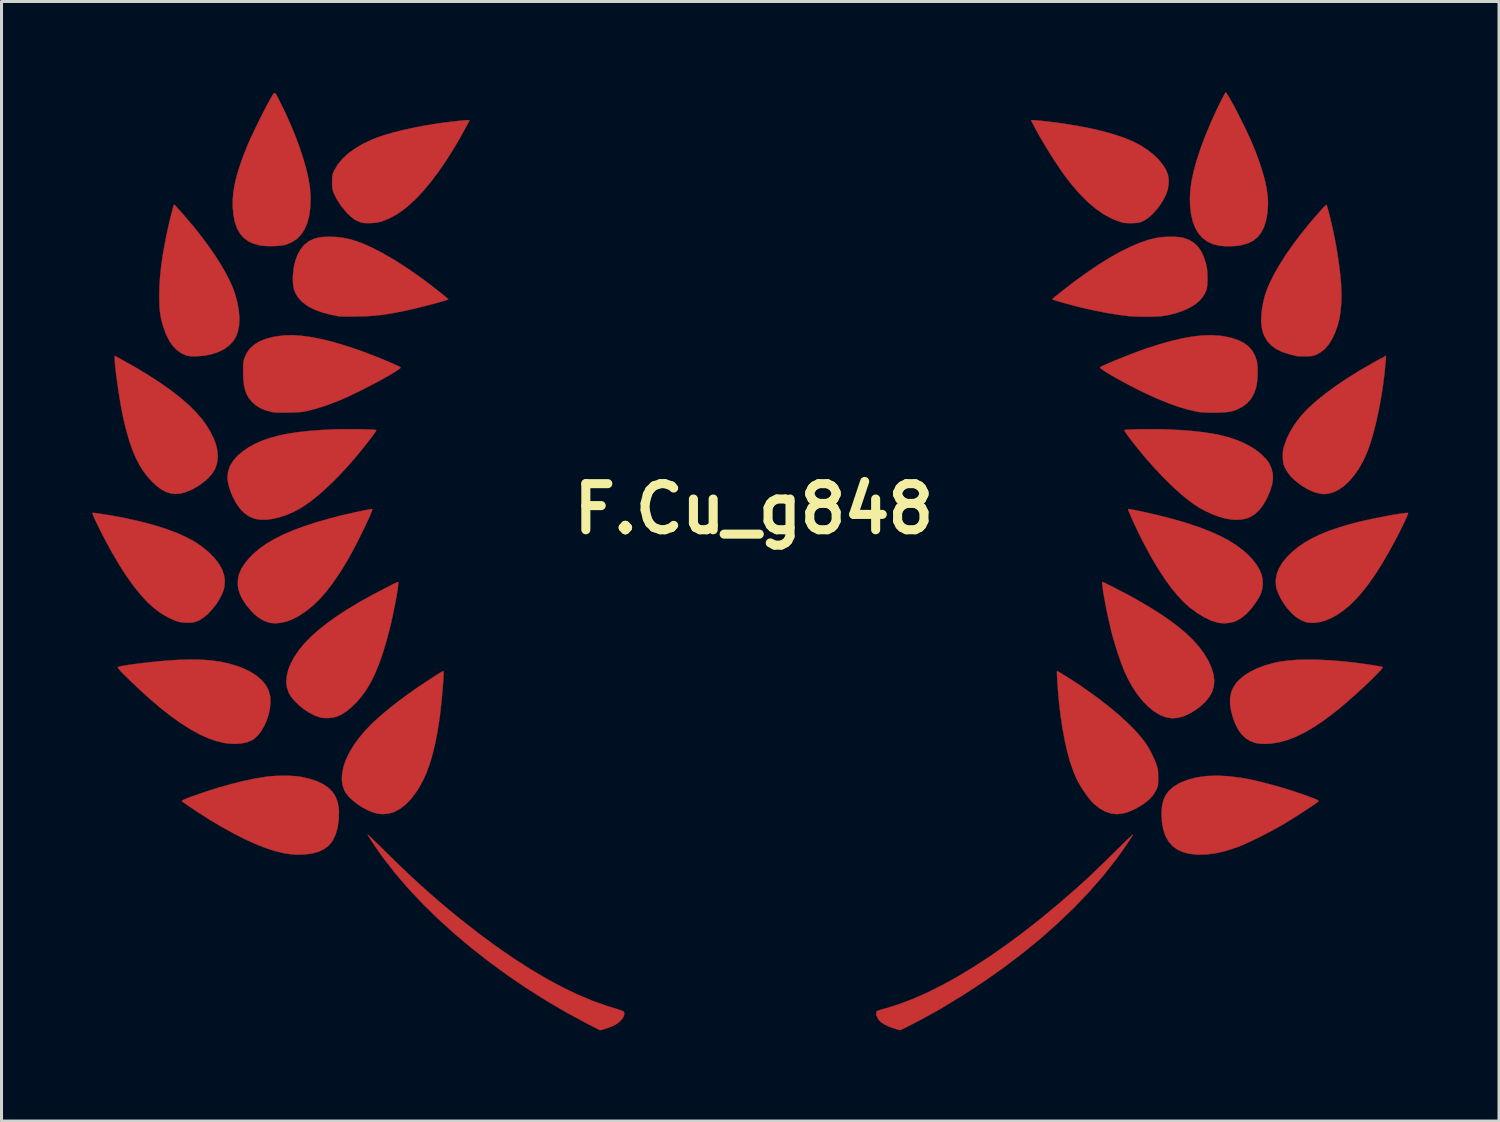
<source format=kicad_pcb>
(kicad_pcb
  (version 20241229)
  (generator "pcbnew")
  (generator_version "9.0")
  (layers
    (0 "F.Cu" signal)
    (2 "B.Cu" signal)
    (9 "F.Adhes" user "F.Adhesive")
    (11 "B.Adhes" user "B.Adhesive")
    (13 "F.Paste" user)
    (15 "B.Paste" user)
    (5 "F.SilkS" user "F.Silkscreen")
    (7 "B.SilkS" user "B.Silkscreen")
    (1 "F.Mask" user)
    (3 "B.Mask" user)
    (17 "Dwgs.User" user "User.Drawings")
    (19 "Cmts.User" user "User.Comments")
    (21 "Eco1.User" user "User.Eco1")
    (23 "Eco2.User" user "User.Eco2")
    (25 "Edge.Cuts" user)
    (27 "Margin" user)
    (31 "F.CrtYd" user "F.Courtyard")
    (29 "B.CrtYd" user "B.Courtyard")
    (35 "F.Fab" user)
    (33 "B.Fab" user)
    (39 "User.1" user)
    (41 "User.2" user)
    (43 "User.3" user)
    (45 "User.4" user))
  (footprint "F.Cu_g848"
    (layer "F.Cu")
    (at 21.866 13.771)
    (property "Reference" "F.Cu_g848" (at 0 0 0) (layer "F.SilkS") (effects (font (size 1.524 1.524) (thickness 0.3))))
    (attr through_hole)
    (fp_poly (pts (xy -20.96 -4.971) (xy -20.48 -4.703) (xy -20.038 -4.438) (xy -19.635 -4.177) (xy -19.271 -3.921) (xy -18.948 -3.669) (xy -18.665 -3.422) (xy -18.423 -3.18) (xy -18.222 -2.944) (xy -18.112 -2.791) (xy -17.967 -2.556) (xy -17.857 -2.339) (xy -17.78 -2.136) (xy -17.734 -1.94) (xy -17.719 -1.749) (xy -17.721 -1.672) (xy -17.748 -1.489) (xy -17.808 -1.321) (xy -17.903 -1.164) (xy -18.037 -1.014) (xy -18.156 -0.909) (xy -18.363 -0.758) (xy -18.568 -0.64) (xy -18.769 -0.556) (xy -18.961 -0.507) (xy -19.142 -0.495) (xy -19.262 -0.509) (xy -19.427 -0.561) (xy -19.592 -0.65) (xy -19.76 -0.778) (xy -19.877 -0.887) (xy -20.033 -1.057) (xy -20.174 -1.242) (xy -20.302 -1.444) (xy -20.418 -1.668) (xy -20.526 -1.918) (xy -20.625 -2.197) (xy -20.718 -2.509) (xy -20.807 -2.858) (xy -20.839 -2.999) (xy -20.871 -3.152) (xy -20.905 -3.329) (xy -20.939 -3.523) (xy -20.973 -3.729) (xy -21.006 -3.94) (xy -21.036 -4.149) (xy -21.064 -4.351) (xy -21.087 -4.538) (xy -21.106 -4.704) (xy -21.118 -4.844) (xy -21.124 -4.949) (xy -21.124 -4.971) (xy -21.124 -5.06) (xy -20.96 -4.971)) (stroke (width 0.01) (type solid)) (fill yes) (layer "F.Cu"))
    (fp_poly (pts (xy 20.883 -4.865) (xy 20.852 -4.522) (xy 20.809 -4.168) (xy 20.756 -3.81) (xy 20.694 -3.454) (xy 20.624 -3.107) (xy 20.548 -2.774) (xy 20.467 -2.462) (xy 20.382 -2.178) (xy 20.294 -1.928) (xy 20.265 -1.854) (xy 20.144 -1.588) (xy 20.007 -1.344) (xy 19.856 -1.125) (xy 19.695 -0.933) (xy 19.526 -0.773) (xy 19.351 -0.646) (xy 19.175 -0.556) (xy 19.01 -0.508) (xy 18.918 -0.494) (xy 18.842 -0.49) (xy 18.762 -0.498) (xy 18.661 -0.517) (xy 18.658 -0.518) (xy 18.5 -0.564) (xy 18.336 -0.637) (xy 18.158 -0.739) (xy 18.099 -0.778) (xy 17.894 -0.932) (xy 17.73 -1.095) (xy 17.607 -1.267) (xy 17.575 -1.326) (xy 17.537 -1.408) (xy 17.512 -1.474) (xy 17.498 -1.541) (xy 17.491 -1.624) (xy 17.487 -1.693) (xy 17.485 -1.814) (xy 17.493 -1.913) (xy 17.51 -2.009) (xy 17.524 -2.061) (xy 17.613 -2.315) (xy 17.739 -2.572) (xy 17.9 -2.828) (xy 18.092 -3.077) (xy 18.312 -3.313) (xy 18.363 -3.362) (xy 18.627 -3.597) (xy 18.929 -3.838) (xy 19.267 -4.084) (xy 19.636 -4.331) (xy 20.035 -4.579) (xy 20.459 -4.824) (xy 20.709 -4.961) (xy 20.898 -5.062) (xy 20.883 -4.865)) (stroke (width 0.01) (type solid)) (fill yes) (layer "F.Cu"))
    (fp_poly (pts (xy -15.338 8.822) (xy -15.151 8.834) (xy -14.992 8.854) (xy -14.975 8.856) (xy -14.692 8.919) (xy -14.446 8.999) (xy -14.238 9.096) (xy -14.066 9.213) (xy -13.929 9.349) (xy -13.826 9.506) (xy -13.757 9.685) (xy -13.719 9.886) (xy -13.712 10.033) (xy -13.724 10.302) (xy -13.761 10.547) (xy -13.823 10.762) (xy -13.909 10.947) (xy -13.939 10.995) (xy -14.054 11.132) (xy -14.203 11.243) (xy -14.383 11.329) (xy -14.593 11.388) (xy -14.831 11.421) (xy -15.096 11.427) (xy -15.293 11.415) (xy -15.549 11.377) (xy -15.831 11.308) (xy -16.138 11.208) (xy -16.468 11.077) (xy -16.82 10.918) (xy -17.193 10.729) (xy -17.585 10.512) (xy -17.994 10.268) (xy -18.419 9.997) (xy -18.513 9.935) (xy -18.624 9.861) (xy -18.724 9.793) (xy -18.806 9.735) (xy -18.866 9.692) (xy -18.898 9.667) (xy -18.9 9.665) (xy -18.903 9.652) (xy -18.887 9.636) (xy -18.848 9.614) (xy -18.782 9.586) (xy -18.684 9.547) (xy -18.579 9.508) (xy -18.145 9.356) (xy -17.711 9.218) (xy -17.283 9.097) (xy -16.87 8.994) (xy -16.478 8.912) (xy -16.14 8.856) (xy -15.955 8.836) (xy -15.752 8.823) (xy -15.543 8.819) (xy -15.338 8.822)) (stroke (width 0.01) (type solid)) (fill yes) (layer "F.Cu"))
    (fp_poly (pts (xy -10.253 5.385) (xy -10.253 5.449) (xy -10.257 5.544) (xy -10.264 5.665) (xy -10.274 5.807) (xy -10.287 5.964) (xy -10.302 6.131) (xy -10.318 6.302) (xy -10.335 6.473) (xy -10.352 6.637) (xy -10.37 6.79) (xy -10.388 6.926) (xy -10.395 6.974) (xy -10.462 7.393) (xy -10.537 7.774) (xy -10.62 8.119) (xy -10.713 8.432) (xy -10.817 8.716) (xy -10.933 8.974) (xy -11.062 9.209) (xy -11.16 9.362) (xy -11.331 9.587) (xy -11.508 9.77) (xy -11.69 9.912) (xy -11.878 10.013) (xy -12.071 10.072) (xy -12.268 10.089) (xy -12.421 10.074) (xy -12.584 10.031) (xy -12.755 9.962) (xy -12.927 9.872) (xy -13.093 9.765) (xy -13.245 9.647) (xy -13.376 9.524) (xy -13.478 9.399) (xy -13.531 9.31) (xy -13.593 9.133) (xy -13.617 8.941) (xy -13.606 8.734) (xy -13.56 8.515) (xy -13.48 8.287) (xy -13.367 8.051) (xy -13.223 7.811) (xy -13.047 7.568) (xy -12.842 7.325) (xy -12.608 7.084) (xy -12.52 7.001) (xy -12.211 6.729) (xy -11.865 6.449) (xy -11.487 6.165) (xy -11.08 5.878) (xy -10.65 5.594) (xy -10.461 5.473) (xy -10.381 5.424) (xy -10.315 5.386) (xy -10.271 5.363) (xy -10.257 5.358) (xy -10.253 5.385)) (stroke (width 0.01) (type solid)) (fill yes) (layer "F.Cu"))
    (fp_poly (pts (xy -18.287 4.984) (xy -17.953 5.007) (xy -17.645 5.049) (xy -17.357 5.11) (xy -17.085 5.191) (xy -16.873 5.271) (xy -16.633 5.387) (xy -16.429 5.519) (xy -16.261 5.664) (xy -16.131 5.824) (xy -16.04 5.995) (xy -15.989 6.177) (xy -15.983 6.214) (xy -15.976 6.403) (xy -15.995 6.6) (xy -16.039 6.8) (xy -16.103 6.996) (xy -16.186 7.18) (xy -16.285 7.347) (xy -16.396 7.489) (xy -16.516 7.6) (xy -16.589 7.647) (xy -16.753 7.714) (xy -16.944 7.754) (xy -17.158 7.768) (xy -17.388 7.753) (xy -17.514 7.734) (xy -17.775 7.671) (xy -18.049 7.574) (xy -18.336 7.443) (xy -18.636 7.277) (xy -18.951 7.076) (xy -19.282 6.839) (xy -19.628 6.566) (xy -19.991 6.256) (xy -20.371 5.909) (xy -20.72 5.573) (xy -20.831 5.462) (xy -20.915 5.377) (xy -20.972 5.314) (xy -21.007 5.271) (xy -21.022 5.244) (xy -21.02 5.23) (xy -21.018 5.229) (xy -20.973 5.213) (xy -20.89 5.194) (xy -20.775 5.174) (xy -20.633 5.152) (xy -20.468 5.129) (xy -20.287 5.106) (xy -20.093 5.083) (xy -19.892 5.061) (xy -19.688 5.041) (xy -19.488 5.023) (xy -19.295 5.008) (xy -19.115 4.996) (xy -19.047 4.992) (xy -18.65 4.979) (xy -18.287 4.984)) (stroke (width 0.01) (type solid)) (fill yes) (layer "F.Cu"))
    (fp_poly (pts (xy -15.798 -13.716) (xy -15.761 -13.653) (xy -15.711 -13.555) (xy -15.673 -13.479) (xy -15.475 -13.072) (xy -15.296 -12.672) (xy -15.136 -12.282) (xy -14.998 -11.905) (xy -14.881 -11.544) (xy -14.786 -11.204) (xy -14.715 -10.885) (xy -14.669 -10.592) (xy -14.649 -10.329) (xy -14.648 -10.265) (xy -14.66 -9.959) (xy -14.698 -9.685) (xy -14.761 -9.445) (xy -14.851 -9.238) (xy -14.966 -9.064) (xy -15.108 -8.921) (xy -15.277 -8.811) (xy -15.472 -8.732) (xy -15.473 -8.732) (xy -15.568 -8.712) (xy -15.694 -8.697) (xy -15.838 -8.688) (xy -15.989 -8.686) (xy -16.135 -8.69) (xy -16.265 -8.701) (xy -16.33 -8.711) (xy -16.535 -8.766) (xy -16.712 -8.849) (xy -16.862 -8.961) (xy -16.985 -9.104) (xy -17.081 -9.277) (xy -17.153 -9.483) (xy -17.2 -9.723) (xy -17.222 -9.961) (xy -17.224 -10.201) (xy -17.203 -10.454) (xy -17.159 -10.723) (xy -17.091 -11.01) (xy -16.997 -11.319) (xy -16.879 -11.655) (xy -16.75 -11.98) (xy -16.684 -12.133) (xy -16.602 -12.313) (xy -16.508 -12.513) (xy -16.407 -12.723) (xy -16.303 -12.934) (xy -16.2 -13.137) (xy -16.103 -13.323) (xy -16.016 -13.484) (xy -15.988 -13.533) (xy -15.932 -13.632) (xy -15.89 -13.702) (xy -15.857 -13.739) (xy -15.828 -13.744) (xy -15.798 -13.716)) (stroke (width 0.01) (type solid)) (fill yes) (layer "F.Cu"))
    (fp_poly (pts (xy -21.823 0.132) (xy -21.754 0.139) (xy -21.655 0.153) (xy -21.534 0.171) (xy -21.397 0.193) (xy -21.25 0.218) (xy -21.099 0.244) (xy -20.951 0.271) (xy -20.812 0.298) (xy -20.759 0.309) (xy -20.273 0.418) (xy -19.828 0.535) (xy -19.425 0.662) (xy -19.062 0.799) (xy -18.741 0.944) (xy -18.461 1.098) (xy -18.261 1.233) (xy -18.028 1.422) (xy -17.836 1.613) (xy -17.685 1.805) (xy -17.576 1.998) (xy -17.509 2.192) (xy -17.484 2.387) (xy -17.5 2.581) (xy -17.515 2.645) (xy -17.574 2.81) (xy -17.662 2.983) (xy -17.772 3.154) (xy -17.899 3.316) (xy -18.036 3.462) (xy -18.178 3.584) (xy -18.317 3.674) (xy -18.345 3.688) (xy -18.426 3.723) (xy -18.496 3.744) (xy -18.573 3.755) (xy -18.674 3.761) (xy -18.68 3.761) (xy -18.809 3.759) (xy -18.927 3.748) (xy -18.992 3.736) (xy -19.143 3.687) (xy -19.311 3.612) (xy -19.487 3.517) (xy -19.619 3.435) (xy -19.835 3.272) (xy -20.056 3.068) (xy -20.281 2.822) (xy -20.51 2.536) (xy -20.742 2.209) (xy -20.978 1.843) (xy -21.217 1.437) (xy -21.458 0.992) (xy -21.635 0.646) (xy -21.717 0.477) (xy -21.781 0.344) (xy -21.825 0.244) (xy -21.852 0.177) (xy -21.861 0.14) (xy -21.858 0.131) (xy -21.823 0.132)) (stroke (width 0.01) (type solid)) (fill yes) (layer "F.Cu"))
    (fp_poly (pts (xy 12.456 0.013) (xy 12.549 0.03) (xy 12.666 0.053) (xy 12.804 0.082) (xy 12.957 0.116) (xy 13.121 0.153) (xy 13.289 0.192) (xy 13.457 0.233) (xy 13.619 0.273) (xy 13.771 0.313) (xy 13.839 0.331) (xy 14.288 0.461) (xy 14.696 0.597) (xy 15.065 0.738) (xy 15.397 0.886) (xy 15.693 1.041) (xy 15.954 1.205) (xy 16.183 1.377) (xy 16.381 1.559) (xy 16.483 1.671) (xy 16.621 1.849) (xy 16.722 2.017) (xy 16.787 2.181) (xy 16.82 2.346) (xy 16.822 2.508) (xy 16.808 2.632) (xy 16.779 2.746) (xy 16.731 2.862) (xy 16.661 2.99) (xy 16.603 3.08) (xy 16.452 3.287) (xy 16.292 3.46) (xy 16.128 3.597) (xy 15.96 3.696) (xy 15.881 3.729) (xy 15.727 3.766) (xy 15.558 3.78) (xy 15.392 3.77) (xy 15.332 3.759) (xy 15.122 3.693) (xy 14.901 3.59) (xy 14.668 3.448) (xy 14.421 3.267) (xy 14.386 3.239) (xy 14.199 3.07) (xy 14.005 2.863) (xy 13.805 2.619) (xy 13.602 2.34) (xy 13.397 2.028) (xy 13.19 1.687) (xy 12.985 1.318) (xy 12.781 0.923) (xy 12.581 0.505) (xy 12.509 0.346) (xy 12.461 0.237) (xy 12.42 0.143) (xy 12.39 0.068) (xy 12.372 0.02) (xy 12.37 0.006) (xy 12.395 0.005) (xy 12.456 0.013)) (stroke (width 0.01) (type solid)) (fill yes) (layer "F.Cu"))
    (fp_poly (pts (xy 18.645 4.986) (xy 19.025 5.004) (xy 19.425 5.034) (xy 19.839 5.078) (xy 20.263 5.135) (xy 20.404 5.156) (xy 20.522 5.175) (xy 20.628 5.194) (xy 20.712 5.21) (xy 20.767 5.222) (xy 20.784 5.228) (xy 20.782 5.248) (xy 20.75 5.294) (xy 20.693 5.36) (xy 20.613 5.446) (xy 20.513 5.547) (xy 20.396 5.662) (xy 20.266 5.786) (xy 20.126 5.917) (xy 19.978 6.053) (xy 19.826 6.189) (xy 19.674 6.324) (xy 19.523 6.454) (xy 19.378 6.577) (xy 19.241 6.688) (xy 19.165 6.748) (xy 18.826 7.002) (xy 18.503 7.217) (xy 18.194 7.396) (xy 17.899 7.539) (xy 17.616 7.647) (xy 17.342 7.72) (xy 17.077 7.759) (xy 16.883 7.767) (xy 16.78 7.763) (xy 16.678 7.753) (xy 16.596 7.74) (xy 16.579 7.735) (xy 16.405 7.671) (xy 16.252 7.575) (xy 16.119 7.446) (xy 16.004 7.283) (xy 15.905 7.083) (xy 15.846 6.921) (xy 15.777 6.677) (xy 15.743 6.456) (xy 15.743 6.255) (xy 15.778 6.071) (xy 15.848 5.903) (xy 15.954 5.746) (xy 16.039 5.653) (xy 16.204 5.513) (xy 16.405 5.385) (xy 16.637 5.271) (xy 16.895 5.174) (xy 17.173 5.095) (xy 17.393 5.049) (xy 17.657 5.013) (xy 17.956 4.99) (xy 18.287 4.982) (xy 18.645 4.986)) (stroke (width 0.01) (type solid)) (fill yes) (layer "F.Cu"))
    (fp_poly (pts (xy -12.612 0.027) (xy -12.63 0.084) (xy -12.666 0.174) (xy -12.719 0.294) (xy -12.787 0.443) (xy -12.869 0.618) (xy -12.966 0.816) (xy -12.997 0.878) (xy -13.134 1.152) (xy -13.262 1.395) (xy -13.385 1.618) (xy -13.51 1.83) (xy -13.641 2.042) (xy -13.723 2.169) (xy -13.932 2.473) (xy -14.137 2.739) (xy -14.341 2.972) (xy -14.549 3.175) (xy -14.766 3.353) (xy -14.993 3.509) (xy -15.079 3.561) (xy -15.262 3.654) (xy -15.451 3.723) (xy -15.637 3.766) (xy -15.813 3.782) (xy -15.971 3.769) (xy -16.013 3.76) (xy -16.189 3.697) (xy -16.349 3.608) (xy -16.502 3.486) (xy -16.614 3.372) (xy -16.775 3.178) (xy -16.898 2.994) (xy -16.985 2.817) (xy -17.037 2.644) (xy -17.056 2.505) (xy -17.051 2.332) (xy -17.017 2.168) (xy -16.95 2.004) (xy -16.847 1.836) (xy -16.734 1.689) (xy -16.562 1.504) (xy -16.359 1.328) (xy -16.125 1.161) (xy -15.858 1.003) (xy -15.557 0.851) (xy -15.22 0.707) (xy -14.846 0.568) (xy -14.433 0.435) (xy -13.98 0.306) (xy -13.705 0.235) (xy -13.583 0.206) (xy -13.447 0.174) (xy -13.303 0.141) (xy -13.159 0.109) (xy -13.019 0.08) (xy -12.89 0.053) (xy -12.779 0.031) (xy -12.692 0.015) (xy -12.634 0.006) (xy -12.612 0.005) (xy -12.612 0.027)) (stroke (width 0.01) (type solid)) (fill yes) (layer "F.Cu"))
    (fp_poly (pts (xy 15.691 8.836) (xy 16.089 8.886) (xy 16.412 8.944) (xy 16.749 9.02) (xy 17.113 9.114) (xy 17.491 9.223) (xy 17.874 9.344) (xy 18.251 9.473) (xy 18.342 9.507) (xy 18.471 9.555) (xy 18.564 9.592) (xy 18.626 9.62) (xy 18.66 9.64) (xy 18.671 9.656) (xy 18.668 9.663) (xy 18.64 9.688) (xy 18.581 9.731) (xy 18.496 9.79) (xy 18.39 9.861) (xy 18.269 9.941) (xy 18.137 10.028) (xy 18 10.116) (xy 17.863 10.203) (xy 17.731 10.286) (xy 17.608 10.362) (xy 17.558 10.392) (xy 17.381 10.495) (xy 17.186 10.603) (xy 16.978 10.713) (xy 16.767 10.822) (xy 16.558 10.925) (xy 16.36 11.018) (xy 16.181 11.099) (xy 16.027 11.163) (xy 15.974 11.183) (xy 15.624 11.298) (xy 15.294 11.377) (xy 14.983 11.42) (xy 14.689 11.428) (xy 14.41 11.401) (xy 14.383 11.396) (xy 14.171 11.34) (xy 13.987 11.254) (xy 13.832 11.136) (xy 13.705 10.988) (xy 13.606 10.808) (xy 13.536 10.597) (xy 13.492 10.353) (xy 13.477 10.078) (xy 13.477 10.075) (xy 13.49 9.847) (xy 13.533 9.647) (xy 13.608 9.473) (xy 13.717 9.323) (xy 13.86 9.193) (xy 14.04 9.081) (xy 14.108 9.047) (xy 14.373 8.943) (xy 14.663 8.871) (xy 14.979 8.829) (xy 15.322 8.817) (xy 15.691 8.836)) (stroke (width 0.01) (type solid)) (fill yes) (layer "F.Cu"))
    (fp_poly (pts (xy 9.305 -12.845) (xy 9.405 -12.837) (xy 9.533 -12.824) (xy 9.681 -12.808) (xy 9.843 -12.788) (xy 10.01 -12.767) (xy 10.177 -12.744) (xy 10.276 -12.729) (xy 10.739 -12.654) (xy 11.17 -12.568) (xy 11.568 -12.474) (xy 11.931 -12.37) (xy 12.256 -12.259) (xy 12.542 -12.14) (xy 12.55 -12.136) (xy 12.785 -12.014) (xy 13.002 -11.874) (xy 13.198 -11.721) (xy 13.369 -11.559) (xy 13.51 -11.391) (xy 13.617 -11.222) (xy 13.686 -11.054) (xy 13.688 -11.05) (xy 13.713 -10.9) (xy 13.711 -10.733) (xy 13.683 -10.562) (xy 13.634 -10.412) (xy 13.546 -10.232) (xy 13.437 -10.057) (xy 13.313 -9.892) (xy 13.179 -9.746) (xy 13.042 -9.624) (xy 12.908 -9.536) (xy 12.877 -9.52) (xy 12.808 -9.489) (xy 12.749 -9.469) (xy 12.687 -9.457) (xy 12.61 -9.45) (xy 12.503 -9.446) (xy 12.499 -9.446) (xy 12.381 -9.445) (xy 12.29 -9.45) (xy 12.211 -9.461) (xy 12.13 -9.482) (xy 12.107 -9.489) (xy 11.838 -9.592) (xy 11.57 -9.736) (xy 11.302 -9.922) (xy 11.034 -10.149) (xy 10.766 -10.419) (xy 10.497 -10.73) (xy 10.261 -11.038) (xy 10.132 -11.222) (xy 9.991 -11.432) (xy 9.845 -11.658) (xy 9.699 -11.893) (xy 9.558 -12.126) (xy 9.428 -12.351) (xy 9.314 -12.557) (xy 9.239 -12.7) (xy 9.165 -12.848) (xy 9.24 -12.848) (xy 9.305 -12.845)) (stroke (width 0.01) (type solid)) (fill yes) (layer "F.Cu"))
    (fp_poly (pts (xy 15.614 -13.754) (xy 15.648 -13.707) (xy 15.696 -13.63) (xy 15.755 -13.528) (xy 15.824 -13.404) (xy 15.9 -13.263) (xy 15.981 -13.108) (xy 16.064 -12.944) (xy 16.149 -12.775) (xy 16.232 -12.606) (xy 16.311 -12.44) (xy 16.385 -12.281) (xy 16.45 -12.135) (xy 16.471 -12.086) (xy 16.587 -11.802) (xy 16.693 -11.517) (xy 16.785 -11.24) (xy 16.861 -10.984) (xy 16.889 -10.878) (xy 16.947 -10.611) (xy 16.982 -10.368) (xy 16.996 -10.138) (xy 16.988 -9.91) (xy 16.975 -9.778) (xy 16.931 -9.53) (xy 16.864 -9.315) (xy 16.772 -9.134) (xy 16.653 -8.986) (xy 16.509 -8.868) (xy 16.336 -8.78) (xy 16.135 -8.721) (xy 16.079 -8.71) (xy 15.92 -8.691) (xy 15.744 -8.682) (xy 15.568 -8.684) (xy 15.412 -8.697) (xy 15.397 -8.699) (xy 15.184 -8.749) (xy 14.998 -8.832) (xy 14.837 -8.949) (xy 14.703 -9.099) (xy 14.594 -9.283) (xy 14.51 -9.5) (xy 14.453 -9.751) (xy 14.421 -10.036) (xy 14.415 -10.265) (xy 14.429 -10.543) (xy 14.473 -10.851) (xy 14.546 -11.186) (xy 14.646 -11.549) (xy 14.775 -11.938) (xy 14.932 -12.352) (xy 15.116 -12.79) (xy 15.162 -12.894) (xy 15.223 -13.027) (xy 15.287 -13.164) (xy 15.351 -13.299) (xy 15.414 -13.428) (xy 15.472 -13.543) (xy 15.522 -13.64) (xy 15.561 -13.713) (xy 15.587 -13.757) (xy 15.595 -13.766) (xy 15.614 -13.754)) (stroke (width 0.01) (type solid)) (fill yes) (layer "F.Cu"))
    (fp_poly (pts (xy 21.622 0.134) (xy 21.627 0.136) (xy 21.624 0.16) (xy 21.603 0.217) (xy 21.566 0.302) (xy 21.517 0.41) (xy 21.457 0.537) (xy 21.387 0.677) (xy 21.312 0.827) (xy 21.232 0.981) (xy 21.192 1.057) (xy 20.961 1.476) (xy 20.738 1.855) (xy 20.52 2.196) (xy 20.306 2.5) (xy 20.095 2.768) (xy 19.886 3.002) (xy 19.677 3.204) (xy 19.468 3.374) (xy 19.256 3.516) (xy 19.082 3.61) (xy 18.877 3.695) (xy 18.677 3.748) (xy 18.488 3.768) (xy 18.315 3.756) (xy 18.214 3.73) (xy 18.062 3.664) (xy 17.92 3.572) (xy 17.783 3.451) (xy 17.643 3.295) (xy 17.574 3.206) (xy 17.487 3.079) (xy 17.407 2.939) (xy 17.338 2.797) (xy 17.288 2.667) (xy 17.271 2.606) (xy 17.258 2.508) (xy 17.254 2.389) (xy 17.257 2.322) (xy 17.29 2.139) (xy 17.364 1.954) (xy 17.478 1.768) (xy 17.631 1.583) (xy 17.821 1.4) (xy 17.991 1.262) (xy 18.209 1.112) (xy 18.45 0.973) (xy 18.719 0.844) (xy 19.017 0.724) (xy 19.349 0.61) (xy 19.718 0.502) (xy 19.939 0.444) (xy 20.088 0.408) (xy 20.253 0.37) (xy 20.427 0.333) (xy 20.606 0.296) (xy 20.785 0.261) (xy 20.96 0.228) (xy 21.124 0.198) (xy 21.273 0.173) (xy 21.403 0.153) (xy 21.508 0.139) (xy 21.582 0.132) (xy 21.622 0.134)) (stroke (width 0.01) (type solid)) (fill yes) (layer "F.Cu"))
    (fp_poly (pts (xy -19.151 -10.052) (xy -19.135 -10.039) (xy -19.11 -10.014) (xy -19.071 -9.972) (xy -19.015 -9.91) (xy -18.939 -9.824) (xy -18.84 -9.711) (xy -18.805 -9.67) (xy -18.532 -9.349) (xy -18.277 -9.028) (xy -18.04 -8.711) (xy -17.824 -8.401) (xy -17.632 -8.102) (xy -17.465 -7.816) (xy -17.326 -7.547) (xy -17.216 -7.299) (xy -17.158 -7.138) (xy -17.076 -6.843) (xy -17.024 -6.567) (xy -17.003 -6.31) (xy -17.013 -6.074) (xy -17.054 -5.863) (xy -17.125 -5.678) (xy -17.206 -5.546) (xy -17.339 -5.404) (xy -17.505 -5.283) (xy -17.701 -5.185) (xy -17.924 -5.112) (xy -18.168 -5.065) (xy -18.394 -5.046) (xy -18.538 -5.044) (xy -18.646 -5.049) (xy -18.722 -5.06) (xy -18.743 -5.066) (xy -18.919 -5.144) (xy -19.075 -5.254) (xy -19.213 -5.399) (xy -19.334 -5.579) (xy -19.439 -5.796) (xy -19.529 -6.052) (xy -19.533 -6.067) (xy -19.576 -6.223) (xy -19.607 -6.372) (xy -19.63 -6.524) (xy -19.644 -6.689) (xy -19.65 -6.878) (xy -19.652 -7.07) (xy -19.644 -7.385) (xy -19.622 -7.709) (xy -19.585 -8.048) (xy -19.532 -8.409) (xy -19.463 -8.798) (xy -19.418 -9.028) (xy -19.39 -9.159) (xy -19.359 -9.3) (xy -19.326 -9.445) (xy -19.292 -9.587) (xy -19.259 -9.721) (xy -19.228 -9.841) (xy -19.202 -9.939) (xy -19.181 -10.01) (xy -19.167 -10.048) (xy -19.165 -10.052) (xy -19.159 -10.055) (xy -19.151 -10.052)) (stroke (width 0.01) (type solid)) (fill yes) (layer "F.Cu"))
    (fp_poly (pts (xy -13.155 -2.634) (xy -12.994 -2.632) (xy -12.845 -2.629) (xy -12.714 -2.624) (xy -12.607 -2.619) (xy -12.529 -2.613) (xy -12.484 -2.606) (xy -12.477 -2.602) (xy -12.486 -2.58) (xy -12.518 -2.53) (xy -12.571 -2.457) (xy -12.639 -2.364) (xy -12.721 -2.257) (xy -12.812 -2.14) (xy -12.908 -2.018) (xy -13.008 -1.895) (xy -13.106 -1.776) (xy -13.121 -1.758) (xy -13.389 -1.448) (xy -13.656 -1.157) (xy -13.921 -0.887) (xy -14.179 -0.642) (xy -14.428 -0.425) (xy -14.664 -0.238) (xy -14.885 -0.084) (xy -14.969 -0.032) (xy -15.203 0.094) (xy -15.44 0.197) (xy -15.675 0.276) (xy -15.903 0.33) (xy -16.118 0.357) (xy -16.315 0.356) (xy -16.489 0.327) (xy -16.515 0.319) (xy -16.684 0.246) (xy -16.836 0.141) (xy -16.975 0.001) (xy -17.101 -0.175) (xy -17.217 -0.391) (xy -17.251 -0.466) (xy -17.306 -0.607) (xy -17.351 -0.754) (xy -17.382 -0.894) (xy -17.398 -1.015) (xy -17.399 -1.046) (xy -17.377 -1.233) (xy -17.315 -1.414) (xy -17.212 -1.587) (xy -17.07 -1.751) (xy -16.889 -1.905) (xy -16.694 -2.037) (xy -16.482 -2.153) (xy -16.25 -2.256) (xy -15.997 -2.344) (xy -15.718 -2.42) (xy -15.411 -2.484) (xy -15.074 -2.536) (xy -14.702 -2.577) (xy -14.295 -2.608) (xy -13.959 -2.625) (xy -13.817 -2.63) (xy -13.659 -2.633) (xy -13.493 -2.635) (xy -13.323 -2.635) (xy -13.155 -2.634)) (stroke (width 0.01) (type solid)) (fill yes) (layer "F.Cu"))
    (fp_poly (pts (xy -11.751 2.433) (xy -11.753 2.489) (xy -11.762 2.578) (xy -11.778 2.695) (xy -11.801 2.834) (xy -11.828 2.992) (xy -11.861 3.164) (xy -11.897 3.346) (xy -11.937 3.532) (xy -11.978 3.719) (xy -12.021 3.901) (xy -12.035 3.958) (xy -12.15 4.394) (xy -12.271 4.791) (xy -12.398 5.15) (xy -12.531 5.468) (xy -12.668 5.746) (xy -12.681 5.769) (xy -12.816 5.991) (xy -12.967 6.198) (xy -13.129 6.388) (xy -13.299 6.555) (xy -13.47 6.694) (xy -13.638 6.801) (xy -13.774 6.863) (xy -13.9 6.895) (xy -14.045 6.912) (xy -14.191 6.913) (xy -14.32 6.897) (xy -14.346 6.89) (xy -14.52 6.826) (xy -14.698 6.734) (xy -14.873 6.619) (xy -15.036 6.488) (xy -15.18 6.347) (xy -15.297 6.202) (xy -15.372 6.076) (xy -15.43 5.907) (xy -15.452 5.721) (xy -15.437 5.521) (xy -15.386 5.313) (xy -15.314 5.128) (xy -15.193 4.9) (xy -15.04 4.674) (xy -14.855 4.449) (xy -14.637 4.224) (xy -14.383 3.998) (xy -14.092 3.768) (xy -13.764 3.535) (xy -13.396 3.297) (xy -13.07 3.1) (xy -12.985 3.051) (xy -12.878 2.992) (xy -12.755 2.925) (xy -12.621 2.852) (xy -12.48 2.777) (xy -12.339 2.703) (xy -12.202 2.631) (xy -12.074 2.566) (xy -11.961 2.508) (xy -11.869 2.462) (xy -11.801 2.43) (xy -11.763 2.414) (xy -11.758 2.413) (xy -11.751 2.433)) (stroke (width 0.01) (type solid)) (fill yes) (layer "F.Cu"))
    (fp_poly (pts (xy -9.526 -12.599) (xy -9.745 -12.203) (xy -9.973 -11.821) (xy -10.207 -11.457) (xy -10.443 -11.117) (xy -10.68 -10.804) (xy -10.913 -10.524) (xy -11.139 -10.28) (xy -11.154 -10.265) (xy -11.38 -10.052) (xy -11.599 -9.874) (xy -11.816 -9.727) (xy -12.038 -9.608) (xy -12.271 -9.511) (xy -12.298 -9.502) (xy -12.398 -9.476) (xy -12.52 -9.457) (xy -12.652 -9.447) (xy -12.782 -9.445) (xy -12.897 -9.451) (xy -12.983 -9.468) (xy -12.986 -9.469) (xy -13.099 -9.513) (xy -13.201 -9.57) (xy -13.302 -9.646) (xy -13.413 -9.749) (xy -13.441 -9.777) (xy -13.633 -10.002) (xy -13.792 -10.252) (xy -13.882 -10.438) (xy -13.908 -10.505) (xy -13.924 -10.565) (xy -13.934 -10.632) (xy -13.938 -10.718) (xy -13.938 -10.806) (xy -13.937 -10.911) (xy -13.933 -10.987) (xy -13.924 -11.046) (xy -13.906 -11.1) (xy -13.879 -11.163) (xy -13.87 -11.182) (xy -13.754 -11.381) (xy -13.598 -11.57) (xy -13.405 -11.75) (xy -13.176 -11.916) (xy -12.915 -12.069) (xy -12.622 -12.207) (xy -12.419 -12.286) (xy -12.177 -12.367) (xy -11.899 -12.446) (xy -11.595 -12.522) (xy -11.27 -12.594) (xy -10.933 -12.66) (xy -10.59 -12.717) (xy -10.509 -12.729) (xy -10.345 -12.753) (xy -10.176 -12.775) (xy -10.01 -12.796) (xy -9.852 -12.815) (xy -9.711 -12.83) (xy -9.593 -12.841) (xy -9.506 -12.847) (xy -9.471 -12.848) (xy -9.394 -12.848) (xy -9.526 -12.599)) (stroke (width 0.01) (type solid)) (fill yes) (layer "F.Cu"))
    (fp_poly (pts (xy 11.551 2.422) (xy 11.608 2.449) (xy 11.691 2.49) (xy 11.794 2.542) (xy 11.913 2.602) (xy 12.04 2.668) (xy 12.172 2.736) (xy 12.301 2.804) (xy 12.423 2.869) (xy 12.531 2.928) (xy 12.587 2.959) (xy 13.005 3.201) (xy 13.383 3.435) (xy 13.722 3.665) (xy 14.024 3.891) (xy 14.289 4.114) (xy 14.519 4.336) (xy 14.716 4.557) (xy 14.881 4.779) (xy 15.016 5.004) (xy 15.12 5.232) (xy 15.131 5.26) (xy 15.195 5.472) (xy 15.22 5.672) (xy 15.205 5.861) (xy 15.152 6.041) (xy 15.057 6.213) (xy 14.922 6.378) (xy 14.746 6.539) (xy 14.626 6.629) (xy 14.413 6.762) (xy 14.206 6.855) (xy 14.006 6.908) (xy 13.815 6.92) (xy 13.634 6.892) (xy 13.631 6.891) (xy 13.434 6.815) (xy 13.238 6.699) (xy 13.046 6.545) (xy 12.861 6.357) (xy 12.683 6.137) (xy 12.517 5.887) (xy 12.363 5.609) (xy 12.264 5.399) (xy 12.201 5.246) (xy 12.132 5.062) (xy 12.061 4.857) (xy 11.99 4.64) (xy 11.923 4.423) (xy 11.863 4.214) (xy 11.835 4.106) (xy 11.791 3.932) (xy 11.749 3.748) (xy 11.707 3.56) (xy 11.667 3.373) (xy 11.631 3.189) (xy 11.598 3.015) (xy 11.569 2.855) (xy 11.546 2.712) (xy 11.529 2.592) (xy 11.519 2.499) (xy 11.517 2.438) (xy 11.524 2.413) (xy 11.525 2.413) (xy 11.551 2.422)) (stroke (width 0.01) (type solid)) (fill yes) (layer "F.Cu"))
    (fp_poly (pts (xy 13.335 -2.634) (xy 13.495 -2.632) (xy 13.641 -2.628) (xy 13.71 -2.626) (xy 14.129 -2.603) (xy 14.509 -2.574) (xy 14.854 -2.535) (xy 15.167 -2.487) (xy 15.453 -2.43) (xy 15.713 -2.361) (xy 15.953 -2.28) (xy 16.174 -2.188) (xy 16.381 -2.082) (xy 16.562 -1.972) (xy 16.682 -1.884) (xy 16.8 -1.781) (xy 16.908 -1.672) (xy 16.995 -1.567) (xy 17.044 -1.49) (xy 17.115 -1.328) (xy 17.153 -1.162) (xy 17.159 -0.988) (xy 17.131 -0.803) (xy 17.07 -0.603) (xy 16.975 -0.383) (xy 16.943 -0.317) (xy 16.826 -0.116) (xy 16.7 0.047) (xy 16.562 0.174) (xy 16.409 0.267) (xy 16.275 0.32) (xy 16.127 0.35) (xy 15.954 0.36) (xy 15.769 0.349) (xy 15.583 0.317) (xy 15.542 0.307) (xy 15.351 0.249) (xy 15.144 0.17) (xy 14.94 0.077) (xy 14.754 -0.021) (xy 14.736 -0.032) (xy 14.518 -0.175) (xy 14.283 -0.353) (xy 14.035 -0.563) (xy 13.776 -0.802) (xy 13.51 -1.067) (xy 13.239 -1.356) (xy 12.966 -1.665) (xy 12.694 -1.992) (xy 12.426 -2.334) (xy 12.417 -2.347) (xy 12.353 -2.433) (xy 12.3 -2.509) (xy 12.262 -2.566) (xy 12.245 -2.598) (xy 12.244 -2.603) (xy 12.269 -2.61) (xy 12.331 -2.616) (xy 12.424 -2.622) (xy 12.543 -2.627) (xy 12.683 -2.631) (xy 12.837 -2.633) (xy 13.001 -2.635) (xy 13.169 -2.635) (xy 13.335 -2.634)) (stroke (width 0.01) (type solid)) (fill yes) (layer "F.Cu"))
    (fp_poly (pts (xy 15.39 -5.726) (xy 15.544 -5.705) (xy 15.802 -5.648) (xy 16.022 -5.573) (xy 16.208 -5.478) (xy 16.359 -5.362) (xy 16.479 -5.224) (xy 16.568 -5.062) (xy 16.628 -4.877) (xy 16.644 -4.775) (xy 16.652 -4.643) (xy 16.653 -4.494) (xy 16.647 -4.34) (xy 16.634 -4.194) (xy 16.615 -4.067) (xy 16.606 -4.023) (xy 16.536 -3.817) (xy 16.435 -3.639) (xy 16.303 -3.49) (xy 16.139 -3.368) (xy 15.943 -3.273) (xy 15.801 -3.226) (xy 15.719 -3.21) (xy 15.605 -3.197) (xy 15.466 -3.188) (xy 15.313 -3.183) (xy 15.155 -3.181) (xy 15.001 -3.183) (xy 14.86 -3.189) (xy 14.741 -3.199) (xy 14.679 -3.208) (xy 14.372 -3.276) (xy 14.046 -3.372) (xy 13.697 -3.495) (xy 13.325 -3.648) (xy 12.926 -3.831) (xy 12.795 -3.894) (xy 12.612 -3.986) (xy 12.43 -4.08) (xy 12.253 -4.174) (xy 12.084 -4.266) (xy 11.927 -4.354) (xy 11.785 -4.436) (xy 11.663 -4.51) (xy 11.564 -4.573) (xy 11.492 -4.624) (xy 11.451 -4.659) (xy 11.443 -4.678) (xy 11.477 -4.7) (xy 11.545 -4.734) (xy 11.643 -4.779) (xy 11.766 -4.832) (xy 11.908 -4.892) (xy 12.065 -4.956) (xy 12.231 -5.023) (xy 12.401 -5.089) (xy 12.571 -5.154) (xy 12.735 -5.216) (xy 12.888 -5.271) (xy 12.974 -5.301) (xy 13.402 -5.44) (xy 13.8 -5.552) (xy 14.169 -5.638) (xy 14.51 -5.699) (xy 14.826 -5.733) (xy 15.119 -5.742) (xy 15.39 -5.726)) (stroke (width 0.01) (type solid)) (fill yes) (layer "F.Cu"))
    (fp_poly (pts (xy 18.936 -10.034) (xy 18.956 -9.978) (xy 18.982 -9.89) (xy 19.012 -9.776) (xy 19.046 -9.641) (xy 19.081 -9.49) (xy 19.118 -9.328) (xy 19.155 -9.16) (xy 19.19 -8.991) (xy 19.223 -8.826) (xy 19.252 -8.671) (xy 19.271 -8.562) (xy 19.335 -8.145) (xy 19.382 -7.764) (xy 19.412 -7.415) (xy 19.424 -7.096) (xy 19.418 -6.803) (xy 19.395 -6.533) (xy 19.354 -6.284) (xy 19.294 -6.051) (xy 19.216 -5.833) (xy 19.122 -5.629) (xy 19.003 -5.435) (xy 18.865 -5.278) (xy 18.708 -5.159) (xy 18.638 -5.121) (xy 18.571 -5.089) (xy 18.516 -5.068) (xy 18.461 -5.056) (xy 18.393 -5.049) (xy 18.302 -5.046) (xy 18.246 -5.045) (xy 18.144 -5.044) (xy 18.052 -5.045) (xy 17.983 -5.048) (xy 17.949 -5.051) (xy 17.906 -5.061) (xy 17.834 -5.079) (xy 17.746 -5.101) (xy 17.7 -5.113) (xy 17.466 -5.188) (xy 17.269 -5.284) (xy 17.106 -5.403) (xy 16.976 -5.544) (xy 16.876 -5.71) (xy 16.822 -5.85) (xy 16.787 -6.012) (xy 16.773 -6.202) (xy 16.778 -6.413) (xy 16.803 -6.637) (xy 16.846 -6.866) (xy 16.906 -7.092) (xy 16.969 -7.271) (xy 17.082 -7.53) (xy 17.227 -7.81) (xy 17.401 -8.108) (xy 17.601 -8.419) (xy 17.825 -8.74) (xy 18.072 -9.067) (xy 18.277 -9.324) (xy 18.371 -9.437) (xy 18.468 -9.552) (xy 18.566 -9.666) (xy 18.659 -9.773) (xy 18.745 -9.869) (xy 18.818 -9.95) (xy 18.875 -10.01) (xy 18.912 -10.046) (xy 18.923 -10.054) (xy 18.936 -10.034)) (stroke (width 0.01) (type solid)) (fill yes) (layer "F.Cu"))
    (fp_poly (pts (xy -12.749 10.773) (xy -12.708 10.81) (xy -12.643 10.871) (xy -12.558 10.953) (xy -12.456 11.053) (xy -12.34 11.167) (xy -12.213 11.292) (xy -12.176 11.329) (xy -11.764 11.733) (xy -11.369 12.109) (xy -10.984 12.464) (xy -10.602 12.804) (xy -10.215 13.135) (xy -9.816 13.465) (xy -9.716 13.546) (xy -9.118 14.014) (xy -8.533 14.447) (xy -7.962 14.842) (xy -7.405 15.201) (xy -6.863 15.523) (xy -6.335 15.807) (xy -5.823 16.054) (xy -5.327 16.262) (xy -4.847 16.432) (xy -4.628 16.499) (xy -4.498 16.538) (xy -4.396 16.573) (xy -4.327 16.601) (xy -4.294 16.622) (xy -4.293 16.624) (xy -4.278 16.691) (xy -4.298 16.769) (xy -4.348 16.853) (xy -4.423 16.937) (xy -4.52 17.015) (xy -4.617 17.072) (xy -4.686 17.103) (xy -4.772 17.137) (xy -4.864 17.17) (xy -4.953 17.199) (xy -5.027 17.22) (xy -5.075 17.229) (xy -5.08 17.229) (xy -5.101 17.22) (xy -5.154 17.194) (xy -5.234 17.154) (xy -5.334 17.103) (xy -5.449 17.044) (xy -5.493 17.022) (xy -6.171 16.657) (xy -6.837 16.268) (xy -7.489 15.857) (xy -8.123 15.427) (xy -8.737 14.98) (xy -9.328 14.517) (xy -9.893 14.042) (xy -10.429 13.556) (xy -10.935 13.062) (xy -11.407 12.561) (xy -11.842 12.057) (xy -12.237 11.551) (xy -12.255 11.527) (xy -12.319 11.438) (xy -12.39 11.337) (xy -12.465 11.229) (xy -12.539 11.119) (xy -12.609 11.014) (xy -12.67 10.92) (xy -12.719 10.843) (xy -12.751 10.789) (xy -12.763 10.763) (xy -12.764 10.762) (xy -12.749 10.773)) (stroke (width 0.01) (type solid)) (fill yes) (layer "F.Cu"))
    (fp_poly (pts (xy 13.942 -8.992) (xy 14.076 -8.982) (xy 14.181 -8.964) (xy 14.189 -8.962) (xy 14.375 -8.898) (xy 14.533 -8.806) (xy 14.667 -8.684) (xy 14.779 -8.531) (xy 14.869 -8.343) (xy 14.939 -8.13) (xy 14.962 -8.033) (xy 14.978 -7.946) (xy 14.988 -7.854) (xy 14.993 -7.744) (xy 14.995 -7.631) (xy 14.993 -7.482) (xy 14.986 -7.365) (xy 14.969 -7.269) (xy 14.94 -7.184) (xy 14.897 -7.099) (xy 14.841 -7.009) (xy 14.735 -6.882) (xy 14.592 -6.763) (xy 14.415 -6.655) (xy 14.21 -6.559) (xy 13.981 -6.478) (xy 13.732 -6.414) (xy 13.498 -6.373) (xy 13.409 -6.365) (xy 13.288 -6.359) (xy 13.144 -6.355) (xy 12.986 -6.353) (xy 12.824 -6.354) (xy 12.667 -6.357) (xy 12.525 -6.363) (xy 12.408 -6.371) (xy 12.372 -6.374) (xy 12.035 -6.418) (xy 11.67 -6.478) (xy 11.288 -6.552) (xy 10.9 -6.638) (xy 10.647 -6.701) (xy 10.5 -6.739) (xy 10.356 -6.778) (xy 10.221 -6.816) (xy 10.099 -6.851) (xy 9.997 -6.882) (xy 9.92 -6.907) (xy 9.874 -6.924) (xy 9.864 -6.931) (xy 9.88 -6.947) (xy 9.924 -6.986) (xy 9.992 -7.042) (xy 10.079 -7.111) (xy 10.179 -7.191) (xy 10.287 -7.276) (xy 10.399 -7.362) (xy 10.509 -7.447) (xy 10.612 -7.525) (xy 10.648 -7.551) (xy 11.042 -7.835) (xy 11.422 -8.09) (xy 11.785 -8.314) (xy 12.131 -8.508) (xy 12.459 -8.67) (xy 12.766 -8.799) (xy 13.052 -8.896) (xy 13.314 -8.959) (xy 13.343 -8.964) (xy 13.479 -8.981) (xy 13.632 -8.992) (xy 13.79 -8.995) (xy 13.942 -8.992)) (stroke (width 0.01) (type solid)) (fill yes) (layer "F.Cu"))
    (fp_poly (pts (xy 10.042 5.367) (xy 10.093 5.395) (xy 10.17 5.441) (xy 10.268 5.501) (xy 10.382 5.573) (xy 10.508 5.653) (xy 10.641 5.74) (xy 10.775 5.829) (xy 10.806 5.85) (xy 11.152 6.091) (xy 11.481 6.334) (xy 11.789 6.577) (xy 12.074 6.817) (xy 12.332 7.052) (xy 12.561 7.278) (xy 12.757 7.495) (xy 12.919 7.698) (xy 12.968 7.768) (xy 13.051 7.902) (xy 13.137 8.06) (xy 13.217 8.226) (xy 13.284 8.383) (xy 13.295 8.414) (xy 13.324 8.496) (xy 13.344 8.564) (xy 13.356 8.629) (xy 13.362 8.703) (xy 13.365 8.799) (xy 13.366 8.879) (xy 13.366 8.994) (xy 13.363 9.076) (xy 13.357 9.137) (xy 13.346 9.187) (xy 13.327 9.236) (xy 13.301 9.292) (xy 13.203 9.456) (xy 13.069 9.605) (xy 12.896 9.743) (xy 12.862 9.766) (xy 12.629 9.905) (xy 12.41 10.006) (xy 12.205 10.067) (xy 12.013 10.089) (xy 11.833 10.073) (xy 11.811 10.068) (xy 11.61 9.999) (xy 11.419 9.891) (xy 11.24 9.745) (xy 11.155 9.658) (xy 11.065 9.548) (xy 10.965 9.412) (xy 10.864 9.263) (xy 10.772 9.113) (xy 10.695 8.975) (xy 10.67 8.926) (xy 10.561 8.669) (xy 10.459 8.372) (xy 10.366 8.04) (xy 10.282 7.674) (xy 10.208 7.278) (xy 10.144 6.855) (xy 10.091 6.407) (xy 10.088 6.371) (xy 10.076 6.247) (xy 10.064 6.112) (xy 10.053 5.97) (xy 10.043 5.83) (xy 10.034 5.697) (xy 10.027 5.577) (xy 10.022 5.478) (xy 10.019 5.405) (xy 10.02 5.365) (xy 10.021 5.36) (xy 10.042 5.367)) (stroke (width 0.01) (type solid)) (fill yes) (layer "F.Cu"))
    (fp_poly (pts (xy -13.79 -8.987) (xy -13.561 -8.959) (xy -13.333 -8.91) (xy -13.098 -8.837) (xy -12.849 -8.739) (xy -12.605 -8.628) (xy -12.23 -8.433) (xy -11.837 -8.203) (xy -11.426 -7.937) (xy -10.998 -7.638) (xy -10.922 -7.582) (xy -10.837 -7.518) (xy -10.739 -7.444) (xy -10.633 -7.362) (xy -10.523 -7.277) (xy -10.416 -7.193) (xy -10.317 -7.114) (xy -10.23 -7.045) (xy -10.161 -6.988) (xy -10.115 -6.949) (xy -10.097 -6.931) (xy -10.097 -6.931) (xy -10.116 -6.919) (xy -10.172 -6.899) (xy -10.259 -6.871) (xy -10.372 -6.838) (xy -10.505 -6.801) (xy -10.654 -6.761) (xy -10.814 -6.719) (xy -10.979 -6.678) (xy -11.144 -6.637) (xy -11.304 -6.599) (xy -11.454 -6.565) (xy -11.561 -6.542) (xy -11.839 -6.487) (xy -12.088 -6.444) (xy -12.317 -6.411) (xy -12.538 -6.387) (xy -12.76 -6.371) (xy -12.994 -6.363) (xy -13.113 -6.361) (xy -13.26 -6.359) (xy -13.396 -6.359) (xy -13.515 -6.359) (xy -13.611 -6.36) (xy -13.674 -6.362) (xy -13.695 -6.364) (xy -13.745 -6.372) (xy -13.825 -6.388) (xy -13.923 -6.408) (xy -14.01 -6.427) (xy -14.292 -6.502) (xy -14.538 -6.595) (xy -14.746 -6.705) (xy -14.916 -6.832) (xy -14.951 -6.864) (xy -15.061 -6.987) (xy -15.142 -7.113) (xy -15.197 -7.251) (xy -15.227 -7.407) (xy -15.237 -7.591) (xy -15.234 -7.694) (xy -15.209 -7.953) (xy -15.158 -8.187) (xy -15.083 -8.396) (xy -14.984 -8.575) (xy -14.863 -8.723) (xy -14.722 -8.836) (xy -14.674 -8.864) (xy -14.552 -8.921) (xy -14.428 -8.96) (xy -14.289 -8.984) (xy -14.127 -8.994) (xy -14.029 -8.996) (xy -13.79 -8.987)) (stroke (width 0.01) (type solid)) (fill yes) (layer "F.Cu"))
    (fp_poly (pts (xy -14.964 -5.724) (xy -14.636 -5.68) (xy -14.279 -5.61) (xy -13.895 -5.514) (xy -13.485 -5.392) (xy -13.102 -5.265) (xy -12.958 -5.213) (xy -12.801 -5.154) (xy -12.636 -5.091) (xy -12.47 -5.026) (xy -12.307 -4.96) (xy -12.151 -4.896) (xy -12.009 -4.837) (xy -11.886 -4.783) (xy -11.786 -4.738) (xy -11.715 -4.702) (xy -11.678 -4.68) (xy -11.676 -4.678) (xy -11.683 -4.658) (xy -11.724 -4.622) (xy -11.797 -4.571) (xy -11.896 -4.508) (xy -12.018 -4.435) (xy -12.16 -4.354) (xy -12.317 -4.266) (xy -12.486 -4.175) (xy -12.664 -4.081) (xy -12.846 -3.988) (xy -13.028 -3.896) (xy -13.208 -3.808) (xy -13.381 -3.726) (xy -13.543 -3.652) (xy -13.69 -3.588) (xy -13.758 -3.56) (xy -14.119 -3.425) (xy -14.463 -3.315) (xy -14.721 -3.247) (xy -14.812 -3.227) (xy -14.895 -3.212) (xy -14.98 -3.201) (xy -15.077 -3.194) (xy -15.196 -3.189) (xy -15.346 -3.185) (xy -15.378 -3.184) (xy -15.558 -3.182) (xy -15.701 -3.184) (xy -15.814 -3.189) (xy -15.9 -3.198) (xy -15.938 -3.205) (xy -16.145 -3.261) (xy -16.32 -3.336) (xy -16.471 -3.433) (xy -16.591 -3.543) (xy -16.685 -3.657) (xy -16.758 -3.78) (xy -16.812 -3.918) (xy -16.849 -4.079) (xy -16.871 -4.267) (xy -16.879 -4.488) (xy -16.879 -4.519) (xy -16.879 -4.658) (xy -16.876 -4.763) (xy -16.87 -4.843) (xy -16.86 -4.906) (xy -16.845 -4.961) (xy -16.841 -4.974) (xy -16.762 -5.15) (xy -16.653 -5.302) (xy -16.511 -5.431) (xy -16.337 -5.537) (xy -16.129 -5.621) (xy -15.886 -5.684) (xy -15.608 -5.726) (xy -15.527 -5.734) (xy -15.261 -5.743) (xy -14.964 -5.724)) (stroke (width 0.01) (type solid)) (fill yes) (layer "F.Cu"))
    (fp_poly (pts (xy 12.519 10.789) (xy 12.486 10.844) (xy 12.436 10.923) (xy 12.371 11.021) (xy 12.297 11.131) (xy 12.216 11.248) (xy 12.132 11.368) (xy 12.049 11.484) (xy 11.97 11.592) (xy 11.956 11.61) (xy 11.539 12.138) (xy 11.081 12.662) (xy 10.585 13.18) (xy 10.053 13.69) (xy 9.487 14.192) (xy 8.889 14.682) (xy 8.26 15.159) (xy 7.603 15.622) (xy 6.92 16.069) (xy 6.212 16.499) (xy 6.064 16.584) (xy 5.954 16.647) (xy 5.829 16.716) (xy 5.693 16.79) (xy 5.551 16.866) (xy 5.409 16.942) (xy 5.272 17.014) (xy 5.145 17.08) (xy 5.033 17.137) (xy 4.941 17.182) (xy 4.874 17.214) (xy 4.838 17.228) (xy 4.835 17.229) (xy 4.806 17.222) (xy 4.749 17.207) (xy 4.674 17.185) (xy 4.657 17.18) (xy 4.48 17.117) (xy 4.322 17.041) (xy 4.202 16.964) (xy 4.142 16.904) (xy 4.093 16.831) (xy 4.06 16.753) (xy 4.045 16.681) (xy 4.052 16.624) (xy 4.069 16.601) (xy 4.099 16.588) (xy 4.161 16.567) (xy 4.246 16.541) (xy 4.345 16.513) (xy 4.35 16.512) (xy 4.791 16.375) (xy 5.25 16.201) (xy 5.727 15.992) (xy 6.219 15.746) (xy 6.727 15.466) (xy 7.248 15.152) (xy 7.782 14.805) (xy 8.328 14.425) (xy 8.885 14.013) (xy 9.451 13.57) (xy 10.025 13.096) (xy 10.606 12.593) (xy 10.91 12.32) (xy 11.009 12.23) (xy 11.131 12.115) (xy 11.272 11.981) (xy 11.424 11.835) (xy 11.583 11.681) (xy 11.741 11.526) (xy 11.894 11.376) (xy 11.901 11.369) (xy 12.035 11.236) (xy 12.159 11.114) (xy 12.271 11.006) (xy 12.366 10.913) (xy 12.443 10.84) (xy 12.497 10.79) (xy 12.527 10.764) (xy 12.531 10.762) (xy 12.519 10.789)) (stroke (width 0.01) (type solid)) (fill yes) (layer "F.Cu")))
  (gr_rect
    (start -3 -3)
    (end 46.498 34.005)
    (stroke (width 0.1) (type default))
    (fill no)
    (layer "Edge.Cuts")))
</source>
